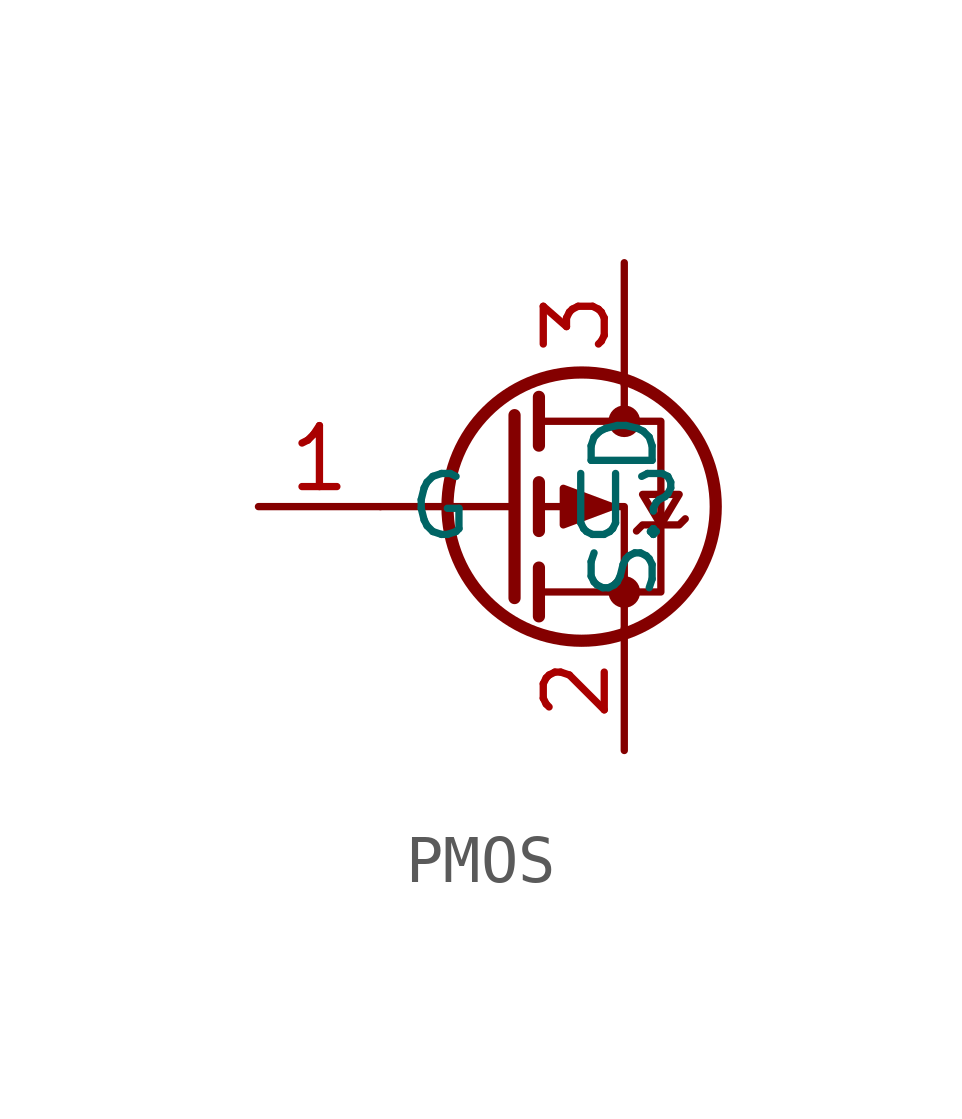
<source format=kicad_sym>
(kicad_symbol_lib
  (version 20231120)
  (generator "kicad_symbol_editor")
  (generator_version "8.0")
  (symbol "PMOS"
    (property "Reference" "U"
      (at 0 0 0)
      (effects (font (size 1.27 1.27))))
    (property "Value" ""
      (at 0 0 0)
      (effects (font (size 1.27 1.27))))
    (symbol "PMOS_0_1"
      (circle (center -0.889 0) (radius 2.794) (stroke (width 0.254) (type default)) (fill (type none)))
      (circle (center 0 -1.778) (radius 0.254) (stroke (width 0) (type default)) (fill (type outline)))
      (polyline (pts (xy -2.286 0) (xy -5.08 0)) (stroke (width 0) (type default)) (fill (type none)))
      (polyline (pts (xy -2.286 1.905) (xy -2.286 -1.905)) (stroke (width 0.254) (type default)) (fill (type none)))
      (polyline (pts (xy -1.778 -1.27) (xy -1.778 -2.286)) (stroke (width 0.254) (type default)) (fill (type none)))
      (polyline (pts (xy -1.778 0.508) (xy -1.778 -0.508)) (stroke (width 0.254) (type default)) (fill (type none)))
      (polyline (pts (xy -1.778 2.286) (xy -1.778 1.27)) (stroke (width 0.254) (type default)) (fill (type none)))
      (polyline (pts (xy 0 2.54) (xy 0 1.778)) (stroke (width 0) (type default)) (fill (type none)))
      (polyline (pts (xy 0 -2.54) (xy 0 0) (xy -1.778 0)) (stroke (width 0) (type default)) (fill (type none)))
      (polyline (pts (xy -1.778 1.778) (xy 0.762 1.778) (xy 0.762 -1.778) (xy -1.778 -1.778)) (stroke (width 0) (type default)) (fill (type none)))
      (polyline (pts (xy -0.254 0) (xy -1.27 0.381) (xy -1.27 -0.381) (xy -0.254 0)) (stroke (width 0) (type default)) (fill (type outline)))
      (polyline (pts (xy 0.254 -0.508) (xy 0.381 -0.381) (xy 1.143 -0.381) (xy 1.27 -0.254)) (stroke (width 0) (type default)) (fill (type none)))
      (polyline (pts (xy 0.762 -0.381) (xy 0.381 0.254) (xy 1.143 0.254) (xy 0.762 -0.381)) (stroke (width 0) (type default)) (fill (type none)))
      (circle (center 0 1.778) (radius 0.254) (stroke (width 0) (type default)) (fill (type outline))))
    (symbol "PMOS_1_1"
      (pin input line (at -7.62 0 0) (length 2.54) (name "G" (effects (font (size 1.27 1.27)))) (number "1" (effects (font (size 1.27 1.27)))))
      (pin passive line (at 0 -5.08 90) (length 2.54) (name "S" (effects (font (size 1.27 1.27)))) (number "2" (effects (font (size 1.27 1.27)))))
      (pin passive line (at 0 5.08 270) (length 2.54) (name "D" (effects (font (size 1.27 1.27)))) (number "3" (effects (font (size 1.27 1.27))))))))
</source>
